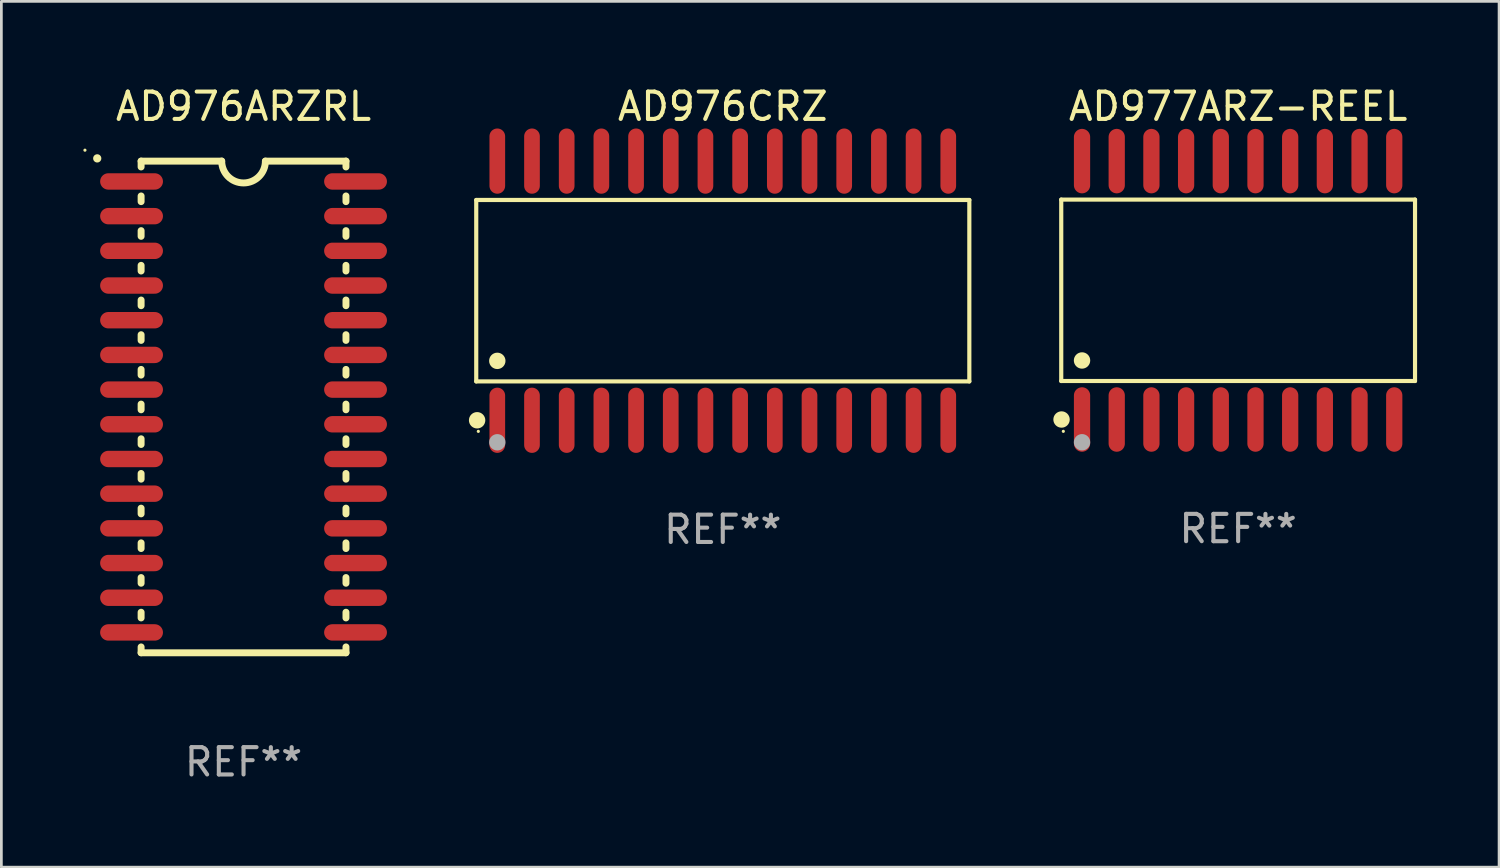
<source format=kicad_pcb>
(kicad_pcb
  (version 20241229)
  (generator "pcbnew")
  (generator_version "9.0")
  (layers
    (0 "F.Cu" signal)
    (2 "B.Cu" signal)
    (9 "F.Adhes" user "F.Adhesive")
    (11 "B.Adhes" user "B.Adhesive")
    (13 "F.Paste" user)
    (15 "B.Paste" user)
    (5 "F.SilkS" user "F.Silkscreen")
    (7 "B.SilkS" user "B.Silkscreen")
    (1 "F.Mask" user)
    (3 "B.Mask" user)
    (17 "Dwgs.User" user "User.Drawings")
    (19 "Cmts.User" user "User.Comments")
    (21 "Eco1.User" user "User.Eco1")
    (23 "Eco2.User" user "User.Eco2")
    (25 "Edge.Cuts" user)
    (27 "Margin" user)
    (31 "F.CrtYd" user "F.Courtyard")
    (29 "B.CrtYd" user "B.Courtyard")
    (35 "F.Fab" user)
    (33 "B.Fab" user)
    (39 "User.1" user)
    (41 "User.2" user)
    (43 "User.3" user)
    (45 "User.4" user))
  (footprint "AD976ARZRL"
    (layer "F.Cu")
    (at 5.866 11.848)
    (property "Reference" "AD976ARZRL" (at 0 -11 0) (layer "F.SilkS") (effects (font (size 1 1) (thickness 0.15))))
    (attr through_hole)
    (fp_line (start -3.75 -9) (end -3.75 -8.786) (stroke (width 0.254) (type solid)) (layer "F.SilkS"))
    (fp_line (start -3.75 -9) (end -0.8 -9) (stroke (width 0.254) (type solid)) (layer "F.SilkS"))
    (fp_line (start -3.75 -7.724) (end -3.75 -7.516) (stroke (width 0.254) (type solid)) (layer "F.SilkS"))
    (fp_line (start -3.75 -6.454) (end -3.75 -6.246) (stroke (width 0.254) (type solid)) (layer "F.SilkS"))
    (fp_line (start -3.75 -5.184) (end -3.75 -4.976) (stroke (width 0.254) (type solid)) (layer "F.SilkS"))
    (fp_line (start -3.75 -3.914) (end -3.75 -3.706) (stroke (width 0.254) (type solid)) (layer "F.SilkS"))
    (fp_line (start -3.75 -2.644) (end -3.75 -2.436) (stroke (width 0.254) (type solid)) (layer "F.SilkS"))
    (fp_line (start -3.75 -1.374) (end -3.75 -1.166) (stroke (width 0.254) (type solid)) (layer "F.SilkS"))
    (fp_line (start -3.75 -0.104) (end -3.75 0.104) (stroke (width 0.254) (type solid)) (layer "F.SilkS"))
    (fp_line (start -3.75 1.166) (end -3.75 1.374) (stroke (width 0.254) (type solid)) (layer "F.SilkS"))
    (fp_line (start -3.75 2.436) (end -3.75 2.644) (stroke (width 0.254) (type solid)) (layer "F.SilkS"))
    (fp_line (start -3.75 3.706) (end -3.75 3.914) (stroke (width 0.254) (type solid)) (layer "F.SilkS"))
    (fp_line (start -3.75 4.976) (end -3.75 5.184) (stroke (width 0.254) (type solid)) (layer "F.SilkS"))
    (fp_line (start -3.75 6.246) (end -3.75 6.454) (stroke (width 0.254) (type solid)) (layer "F.SilkS"))
    (fp_line (start -3.75 7.516) (end -3.75 7.724) (stroke (width 0.254) (type solid)) (layer "F.SilkS"))
    (fp_line (start -3.75 8.786) (end -3.75 9) (stroke (width 0.254) (type solid)) (layer "F.SilkS"))
    (fp_line (start 3.75 -9) (end 0.8 -9) (stroke (width 0.254) (type solid)) (layer "F.SilkS"))
    (fp_line (start 3.75 -9) (end 3.75 -8.786) (stroke (width 0.254) (type solid)) (layer "F.SilkS"))
    (fp_line (start 3.75 -7.724) (end 3.75 -7.516) (stroke (width 0.254) (type solid)) (layer "F.SilkS"))
    (fp_line (start 3.75 -6.454) (end 3.75 -6.246) (stroke (width 0.254) (type solid)) (layer "F.SilkS"))
    (fp_line (start 3.75 -5.184) (end 3.75 -4.976) (stroke (width 0.254) (type solid)) (layer "F.SilkS"))
    (fp_line (start 3.75 -3.914) (end 3.75 -3.706) (stroke (width 0.254) (type solid)) (layer "F.SilkS"))
    (fp_line (start 3.75 -2.644) (end 3.75 -2.436) (stroke (width 0.254) (type solid)) (layer "F.SilkS"))
    (fp_line (start 3.75 -1.374) (end 3.75 -1.166) (stroke (width 0.254) (type solid)) (layer "F.SilkS"))
    (fp_line (start 3.75 -0.104) (end 3.75 0.104) (stroke (width 0.254) (type solid)) (layer "F.SilkS"))
    (fp_line (start 3.75 1.166) (end 3.75 1.374) (stroke (width 0.254) (type solid)) (layer "F.SilkS"))
    (fp_line (start 3.75 2.436) (end 3.75 2.644) (stroke (width 0.254) (type solid)) (layer "F.SilkS"))
    (fp_line (start 3.75 3.706) (end 3.75 3.914) (stroke (width 0.254) (type solid)) (layer "F.SilkS"))
    (fp_line (start 3.75 4.976) (end 3.75 5.184) (stroke (width 0.254) (type solid)) (layer "F.SilkS"))
    (fp_line (start 3.75 6.246) (end 3.75 6.454) (stroke (width 0.254) (type solid)) (layer "F.SilkS"))
    (fp_line (start 3.75 7.516) (end 3.75 7.724) (stroke (width 0.254) (type solid)) (layer "F.SilkS"))
    (fp_line (start 3.75 8.786) (end 3.75 9) (stroke (width 0.254) (type solid)) (layer "F.SilkS"))
    (fp_line (start 3.75 9) (end -3.75 9) (stroke (width 0.254) (type solid)) (layer "F.SilkS"))
    (fp_arc (start -5.356414 -9.098298) (mid -5.356419 -9.099568) (end -5.356414 -9.100838) (stroke (width 0.3) (type solid)) (layer "F.SilkS"))
    (fp_arc (start 0.800076 -9.000025) (mid -0.000102 -8.201067) (end -0.799466 -9.000838) (stroke (width 0.254001) (type solid)) (layer "F.SilkS"))
    (fp_circle (center -5.806 -9.4) (end -5.776 -9.4) (stroke (width 0.06) (type solid)) (fill no) (layer "F.SilkS"))
    (fp_text user "REF**" (at 0 13 0) (layer "F.Fab") (effects (font (size 1 1) (thickness 0.15))))
    (pad "1" smd oval (at -4.1 -8.255 90) (size 0.6 2.3) (layers "F.Cu" "F.Mask" "F.Paste"))
    (pad "2" smd oval (at -4.1 -6.985 90) (size 0.6 2.3) (layers "F.Cu" "F.Mask" "F.Paste"))
    (pad "3" smd oval (at -4.1 -5.715 90) (size 0.6 2.3) (layers "F.Cu" "F.Mask" "F.Paste"))
    (pad "4" smd oval (at -4.1 -4.445 90) (size 0.6 2.3) (layers "F.Cu" "F.Mask" "F.Paste"))
    (pad "5" smd oval (at -4.1 -3.175 90) (size 0.6 2.3) (layers "F.Cu" "F.Mask" "F.Paste"))
    (pad "6" smd oval (at -4.1 -1.905 90) (size 0.6 2.3) (layers "F.Cu" "F.Mask" "F.Paste"))
    (pad "7" smd oval (at -4.1 -0.635 90) (size 0.6 2.3) (layers "F.Cu" "F.Mask" "F.Paste"))
    (pad "8" smd oval (at -4.1 0.635 90) (size 0.6 2.3) (layers "F.Cu" "F.Mask" "F.Paste"))
    (pad "9" smd oval (at -4.1 1.905 90) (size 0.6 2.3) (layers "F.Cu" "F.Mask" "F.Paste"))
    (pad "10" smd oval (at -4.1 3.175 90) (size 0.6 2.3) (layers "F.Cu" "F.Mask" "F.Paste"))
    (pad "11" smd oval (at -4.1 4.445 90) (size 0.6 2.3) (layers "F.Cu" "F.Mask" "F.Paste"))
    (pad "12" smd oval (at -4.1 5.715 90) (size 0.6 2.3) (layers "F.Cu" "F.Mask" "F.Paste"))
    (pad "13" smd oval (at -4.1 6.985 90) (size 0.6 2.3) (layers "F.Cu" "F.Mask" "F.Paste"))
    (pad "14" smd oval (at -4.1 8.255 90) (size 0.6 2.3) (layers "F.Cu" "F.Mask" "F.Paste"))
    (pad "15" smd oval (at 4.1 8.255 90) (size 0.6 2.3) (layers "F.Cu" "F.Mask" "F.Paste"))
    (pad "16" smd oval (at 4.1 6.985 90) (size 0.6 2.3) (layers "F.Cu" "F.Mask" "F.Paste"))
    (pad "17" smd oval (at 4.1 5.715 90) (size 0.6 2.3) (layers "F.Cu" "F.Mask" "F.Paste"))
    (pad "18" smd oval (at 4.1 4.445 90) (size 0.6 2.3) (layers "F.Cu" "F.Mask" "F.Paste"))
    (pad "19" smd oval (at 4.1 3.175 90) (size 0.6 2.3) (layers "F.Cu" "F.Mask" "F.Paste"))
    (pad "20" smd oval (at 4.1 1.905 90) (size 0.6 2.3) (layers "F.Cu" "F.Mask" "F.Paste"))
    (pad "21" smd oval (at 4.1 0.635 90) (size 0.6 2.3) (layers "F.Cu" "F.Mask" "F.Paste"))
    (pad "22" smd oval (at 4.1 -0.635 90) (size 0.6 2.3) (layers "F.Cu" "F.Mask" "F.Paste"))
    (pad "23" smd oval (at 4.1 -1.905 90) (size 0.6 2.3) (layers "F.Cu" "F.Mask" "F.Paste"))
    (pad "24" smd oval (at 4.1 -3.175 90) (size 0.6 2.3) (layers "F.Cu" "F.Mask" "F.Paste"))
    (pad "25" smd oval (at 4.1 -4.445 90) (size 0.6 2.3) (layers "F.Cu" "F.Mask" "F.Paste"))
    (pad "26" smd oval (at 4.1 -5.715 90) (size 0.6 2.3) (layers "F.Cu" "F.Mask" "F.Paste"))
    (pad "27" smd oval (at 4.1 -6.985 90) (size 0.6 2.3) (layers "F.Cu" "F.Mask" "F.Paste"))
    (pad "28" smd oval (at 4.1 -8.255 90) (size 0.6 2.3) (layers "F.Cu" "F.Mask" "F.Paste")))
  (footprint "AD977ARZ-REEL"
    (layer "F.Cu")
    (at 42.278 7.578)
    (property "Reference" "AD977ARZ-REEL" (at 0 -6.73 0) (layer "F.SilkS") (effects (font (size 1 1) (thickness 0.15))))
    (attr through_hole)
    (fp_line (start -6.476 -3.321) (end 6.476 -3.321) (stroke (width 0.152) (type solid)) (layer "F.SilkS"))
    (fp_line (start -6.476 3.321) (end -6.476 -3.321) (stroke (width 0.152) (type solid)) (layer "F.SilkS"))
    (fp_line (start 6.476 -3.321) (end 6.476 3.321) (stroke (width 0.152) (type solid)) (layer "F.SilkS"))
    (fp_line (start 6.476 3.321) (end -6.476 3.321) (stroke (width 0.152) (type solid)) (layer "F.SilkS"))
    (fp_circle (center -6.465 4.73) (end -6.315 4.73) (stroke (width 0.3) (type solid)) (fill no) (layer "F.SilkS"))
    (fp_circle (center -6.4 5.163) (end -6.37 5.163) (stroke (width 0.06) (type solid)) (fill no) (layer "F.SilkS"))
    (fp_circle (center -5.715 2.569) (end -5.565 2.569) (stroke (width 0.3) (type solid)) (fill no) (layer "F.SilkS"))
    (fp_circle (center -5.715 5.563) (end -5.565 5.563) (stroke (width 0.3) (type solid)) (fill no) (layer "F.Fab"))
    (fp_text user "REF**" (at 0 8.73 0) (layer "F.Fab") (effects (font (size 1 1) (thickness 0.15))))
    (pad "1" smd oval (at -5.715 4.73) (size 0.595 2.36) (layers "F.Cu" "F.Mask" "F.Paste"))
    (pad "2" smd oval (at -4.445 4.73) (size 0.595 2.36) (layers "F.Cu" "F.Mask" "F.Paste"))
    (pad "3" smd oval (at -3.175 4.73) (size 0.595 2.36) (layers "F.Cu" "F.Mask" "F.Paste"))
    (pad "4" smd oval (at -1.905 4.73) (size 0.595 2.36) (layers "F.Cu" "F.Mask" "F.Paste"))
    (pad "5" smd oval (at -0.635 4.73) (size 0.595 2.36) (layers "F.Cu" "F.Mask" "F.Paste"))
    (pad "6" smd oval (at 0.635 4.73) (size 0.595 2.36) (layers "F.Cu" "F.Mask" "F.Paste"))
    (pad "7" smd oval (at 1.905 4.73) (size 0.595 2.36) (layers "F.Cu" "F.Mask" "F.Paste"))
    (pad "8" smd oval (at 3.175 4.73) (size 0.595 2.36) (layers "F.Cu" "F.Mask" "F.Paste"))
    (pad "9" smd oval (at 4.445 4.73) (size 0.595 2.36) (layers "F.Cu" "F.Mask" "F.Paste"))
    (pad "10" smd oval (at 5.715 4.73) (size 0.595 2.36) (layers "F.Cu" "F.Mask" "F.Paste"))
    (pad "11" smd oval (at 5.715 -4.73) (size 0.595 2.36) (layers "F.Cu" "F.Mask" "F.Paste"))
    (pad "12" smd oval (at 4.445 -4.73) (size 0.595 2.36) (layers "F.Cu" "F.Mask" "F.Paste"))
    (pad "13" smd oval (at 3.175 -4.73) (size 0.595 2.36) (layers "F.Cu" "F.Mask" "F.Paste"))
    (pad "14" smd oval (at 1.905 -4.73) (size 0.595 2.36) (layers "F.Cu" "F.Mask" "F.Paste"))
    (pad "15" smd oval (at 0.635 -4.73) (size 0.595 2.36) (layers "F.Cu" "F.Mask" "F.Paste"))
    (pad "16" smd oval (at -0.635 -4.73) (size 0.595 2.36) (layers "F.Cu" "F.Mask" "F.Paste"))
    (pad "17" smd oval (at -1.905 -4.73) (size 0.595 2.36) (layers "F.Cu" "F.Mask" "F.Paste"))
    (pad "18" smd oval (at -3.175 -4.73) (size 0.595 2.36) (layers "F.Cu" "F.Mask" "F.Paste"))
    (pad "19" smd oval (at -4.445 -4.73) (size 0.595 2.36) (layers "F.Cu" "F.Mask" "F.Paste"))
    (pad "20" smd oval (at -5.715 -4.73) (size 0.595 2.36) (layers "F.Cu" "F.Mask" "F.Paste")))
  (footprint "AD976CRZ"
    (layer "F.Cu")
    (at 23.411 7.592)
    (property "Reference" "AD976CRZ" (at 0 -6.744 0) (layer "F.SilkS") (effects (font (size 1 1) (thickness 0.15))))
    (attr through_hole)
    (fp_line (start -9.026 -3.321) (end 9.026 -3.321) (stroke (width 0.152) (type solid)) (layer "F.SilkS"))
    (fp_line (start -9.026 3.321) (end -9.026 -3.321) (stroke (width 0.152) (type solid)) (layer "F.SilkS"))
    (fp_line (start 9.026 -3.321) (end 9.026 3.321) (stroke (width 0.152) (type solid)) (layer "F.SilkS"))
    (fp_line (start 9.026 3.321) (end -9.026 3.321) (stroke (width 0.152) (type solid)) (layer "F.SilkS"))
    (fp_circle (center -8.994 4.744) (end -8.844 4.744) (stroke (width 0.3) (type solid)) (fill no) (layer "F.SilkS"))
    (fp_circle (center -8.95 5.15) (end -8.92 5.15) (stroke (width 0.06) (type solid)) (fill no) (layer "F.SilkS"))
    (fp_circle (center -8.255 2.569) (end -8.105 2.569) (stroke (width 0.3) (type solid)) (fill no) (layer "F.SilkS"))
    (fp_circle (center -8.255 5.55) (end -8.105 5.55) (stroke (width 0.3) (type solid)) (fill no) (layer "F.Fab"))
    (fp_text user "REF**" (at 0 8.744 0) (layer "F.Fab") (effects (font (size 1 1) (thickness 0.15))))
    (pad "1" smd oval (at -8.255 4.744) (size 0.574 2.388) (layers "F.Cu" "F.Mask" "F.Paste"))
    (pad "2" smd oval (at -6.985 4.744) (size 0.574 2.388) (layers "F.Cu" "F.Mask" "F.Paste"))
    (pad "3" smd oval (at -5.715 4.744) (size 0.574 2.388) (layers "F.Cu" "F.Mask" "F.Paste"))
    (pad "4" smd oval (at -4.445 4.744) (size 0.574 2.388) (layers "F.Cu" "F.Mask" "F.Paste"))
    (pad "5" smd oval (at -3.175 4.744) (size 0.574 2.388) (layers "F.Cu" "F.Mask" "F.Paste"))
    (pad "6" smd oval (at -1.905 4.744) (size 0.574 2.388) (layers "F.Cu" "F.Mask" "F.Paste"))
    (pad "7" smd oval (at -0.635 4.744) (size 0.574 2.388) (layers "F.Cu" "F.Mask" "F.Paste"))
    (pad "8" smd oval (at 0.635 4.744) (size 0.574 2.388) (layers "F.Cu" "F.Mask" "F.Paste"))
    (pad "9" smd oval (at 1.905 4.744) (size 0.574 2.388) (layers "F.Cu" "F.Mask" "F.Paste"))
    (pad "10" smd oval (at 3.175 4.744) (size 0.574 2.388) (layers "F.Cu" "F.Mask" "F.Paste"))
    (pad "11" smd oval (at 4.445 4.744) (size 0.574 2.388) (layers "F.Cu" "F.Mask" "F.Paste"))
    (pad "12" smd oval (at 5.715 4.744) (size 0.574 2.388) (layers "F.Cu" "F.Mask" "F.Paste"))
    (pad "13" smd oval (at 6.985 4.744) (size 0.574 2.388) (layers "F.Cu" "F.Mask" "F.Paste"))
    (pad "14" smd oval (at 8.255 4.744) (size 0.574 2.388) (layers "F.Cu" "F.Mask" "F.Paste"))
    (pad "15" smd oval (at 8.255 -4.744) (size 0.574 2.388) (layers "F.Cu" "F.Mask" "F.Paste"))
    (pad "16" smd oval (at 6.985 -4.744) (size 0.574 2.388) (layers "F.Cu" "F.Mask" "F.Paste"))
    (pad "17" smd oval (at 5.715 -4.744) (size 0.574 2.388) (layers "F.Cu" "F.Mask" "F.Paste"))
    (pad "18" smd oval (at 4.445 -4.744) (size 0.574 2.388) (layers "F.Cu" "F.Mask" "F.Paste"))
    (pad "19" smd oval (at 3.175 -4.744) (size 0.574 2.388) (layers "F.Cu" "F.Mask" "F.Paste"))
    (pad "20" smd oval (at 1.905 -4.744) (size 0.574 2.388) (layers "F.Cu" "F.Mask" "F.Paste"))
    (pad "21" smd oval (at 0.635 -4.744) (size 0.574 2.388) (layers "F.Cu" "F.Mask" "F.Paste"))
    (pad "22" smd oval (at -0.635 -4.744) (size 0.574 2.388) (layers "F.Cu" "F.Mask" "F.Paste"))
    (pad "23" smd oval (at -1.905 -4.744) (size 0.574 2.388) (layers "F.Cu" "F.Mask" "F.Paste"))
    (pad "24" smd oval (at -3.175 -4.744) (size 0.574 2.388) (layers "F.Cu" "F.Mask" "F.Paste"))
    (pad "25" smd oval (at -4.445 -4.744) (size 0.574 2.388) (layers "F.Cu" "F.Mask" "F.Paste"))
    (pad "26" smd oval (at -5.715 -4.744) (size 0.574 2.388) (layers "F.Cu" "F.Mask" "F.Paste"))
    (pad "27" smd oval (at -6.985 -4.744) (size 0.574 2.388) (layers "F.Cu" "F.Mask" "F.Paste"))
    (pad "28" smd oval (at -8.255 -4.744) (size 0.574 2.388) (layers "F.Cu" "F.Mask" "F.Paste")))
  (gr_rect
    (start -3 -3)
    (end 51.831 28.697)
    (stroke (width 0.1) (type default))
    (fill no)
    (layer "Edge.Cuts")))
</source>
